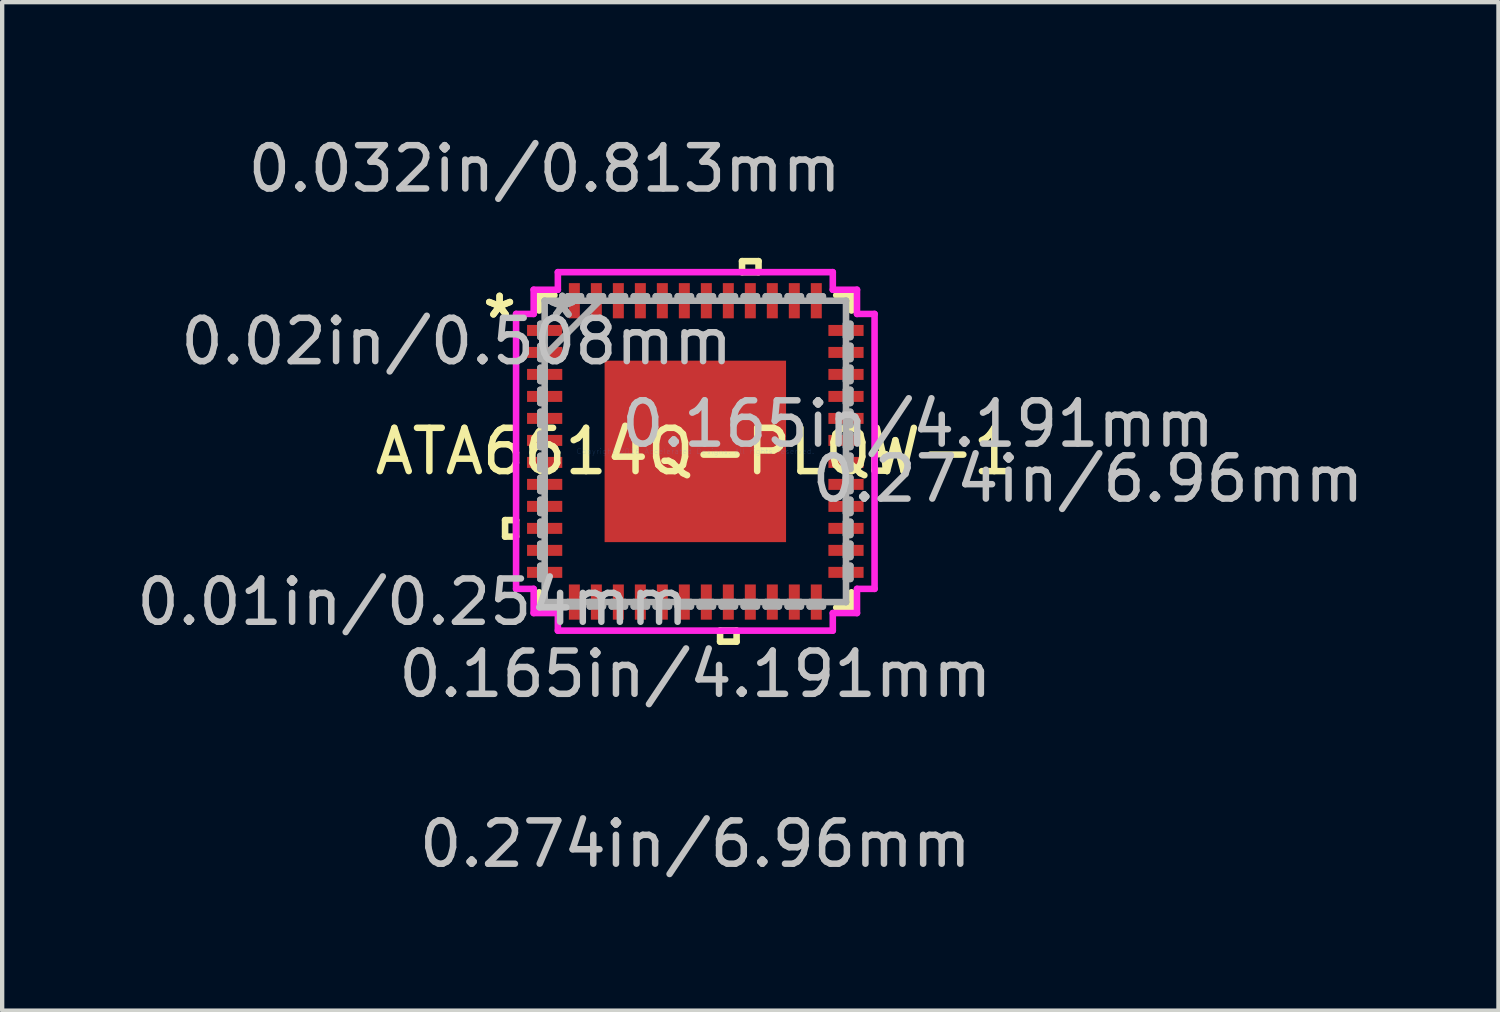
<source format=kicad_pcb>
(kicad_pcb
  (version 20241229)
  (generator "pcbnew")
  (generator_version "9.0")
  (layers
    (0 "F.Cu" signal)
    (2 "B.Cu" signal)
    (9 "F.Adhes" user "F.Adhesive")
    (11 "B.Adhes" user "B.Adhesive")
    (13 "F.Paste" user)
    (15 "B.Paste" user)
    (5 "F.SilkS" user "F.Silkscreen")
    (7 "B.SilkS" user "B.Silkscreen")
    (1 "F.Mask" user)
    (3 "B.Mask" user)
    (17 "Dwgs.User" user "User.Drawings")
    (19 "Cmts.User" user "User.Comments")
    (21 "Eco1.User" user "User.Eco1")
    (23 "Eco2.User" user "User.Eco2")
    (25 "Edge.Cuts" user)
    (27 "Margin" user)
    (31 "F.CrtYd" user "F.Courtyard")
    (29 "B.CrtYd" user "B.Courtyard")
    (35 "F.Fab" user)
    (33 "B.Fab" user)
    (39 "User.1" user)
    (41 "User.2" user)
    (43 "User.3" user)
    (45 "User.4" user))
  (footprint "ATA6614Q-PLQW-1"
    (layer "F.Cu")
    (at 13.01 7.376)
    (property "Reference" "ATA6614Q-PLQW-1" (at 0 0 0) (layer "F.SilkS") (effects (font (size 1 1) (thickness 0.15))))
    (attr through_hole)
    (fp_line (start -4.394 1.587) (end -4.394 1.968) (stroke (width 0.152) (type solid)) (layer "F.SilkS"))
    (fp_line (start -4.394 1.968) (end -4.14 1.968) (stroke (width 0.152) (type solid)) (layer "F.SilkS"))
    (fp_line (start -4.14 1.587) (end -4.394 1.587) (stroke (width 0.152) (type solid)) (layer "F.SilkS"))
    (fp_line (start -4.14 1.968) (end -4.14 1.587) (stroke (width 0.152) (type solid)) (layer "F.SilkS"))
    (fp_line (start -3.607 -3.607) (end -3.607 -3.254) (stroke (width 0.152) (type solid)) (layer "F.SilkS"))
    (fp_line (start -3.607 3.254) (end -3.607 3.607) (stroke (width 0.152) (type solid)) (layer "F.SilkS"))
    (fp_line (start -3.607 3.607) (end -3.254 3.607) (stroke (width 0.152) (type solid)) (layer "F.SilkS"))
    (fp_line (start -3.254 -3.607) (end -3.607 -3.607) (stroke (width 0.152) (type solid)) (layer "F.SilkS"))
    (fp_line (start 0.572 4.14) (end 0.572 4.394) (stroke (width 0.152) (type solid)) (layer "F.SilkS"))
    (fp_line (start 0.572 4.394) (end 0.953 4.394) (stroke (width 0.152) (type solid)) (layer "F.SilkS"))
    (fp_line (start 0.953 4.14) (end 0.572 4.14) (stroke (width 0.152) (type solid)) (layer "F.SilkS"))
    (fp_line (start 0.953 4.394) (end 0.953 4.14) (stroke (width 0.152) (type solid)) (layer "F.SilkS"))
    (fp_line (start 1.079 -4.394) (end 1.46 -4.394) (stroke (width 0.152) (type solid)) (layer "F.SilkS"))
    (fp_line (start 1.079 -4.14) (end 1.079 -4.394) (stroke (width 0.152) (type solid)) (layer "F.SilkS"))
    (fp_line (start 1.46 -4.394) (end 1.46 -4.14) (stroke (width 0.152) (type solid)) (layer "F.SilkS"))
    (fp_line (start 1.46 -4.14) (end 1.079 -4.14) (stroke (width 0.152) (type solid)) (layer "F.SilkS"))
    (fp_line (start 3.254 3.607) (end 3.607 3.607) (stroke (width 0.152) (type solid)) (layer "F.SilkS"))
    (fp_line (start 3.607 -3.607) (end 3.254 -3.607) (stroke (width 0.152) (type solid)) (layer "F.SilkS"))
    (fp_line (start 3.607 -3.254) (end 3.607 -3.607) (stroke (width 0.152) (type solid)) (layer "F.SilkS"))
    (fp_line (start 3.607 3.607) (end 3.607 3.254) (stroke (width 0.152) (type solid)) (layer "F.SilkS"))
    (fp_line (start 4.14 0.064) (end 4.394 0.064) (stroke (width 0.152) (type solid)) (layer "F.SilkS"))
    (fp_line (start 4.14 0.445) (end 4.14 0.064) (stroke (width 0.152) (type solid)) (layer "F.SilkS"))
    (fp_line (start 4.394 0.064) (end 4.394 0.445) (stroke (width 0.152) (type solid)) (layer "F.SilkS"))
    (fp_line (start 4.394 0.445) (end 4.14 0.445) (stroke (width 0.152) (type solid)) (layer "F.SilkS"))
    (fp_line (start -1.996 -1.996) (end -1.996 -0.798) (stroke (width 0.152) (type solid)) (layer "F.Paste"))
    (fp_line (start -1.996 -0.798) (end -0.798 -0.798) (stroke (width 0.152) (type solid)) (layer "F.Paste"))
    (fp_line (start -1.996 -0.599) (end -1.996 0.599) (stroke (width 0.152) (type solid)) (layer "F.Paste"))
    (fp_line (start -1.996 0.599) (end -0.798 0.599) (stroke (width 0.152) (type solid)) (layer "F.Paste"))
    (fp_line (start -1.996 0.798) (end -1.996 1.996) (stroke (width 0.152) (type solid)) (layer "F.Paste"))
    (fp_line (start -1.996 1.996) (end -0.798 1.996) (stroke (width 0.152) (type solid)) (layer "F.Paste"))
    (fp_line (start -0.798 -1.996) (end -1.996 -1.996) (stroke (width 0.152) (type solid)) (layer "F.Paste"))
    (fp_line (start -0.798 -0.798) (end -0.798 -1.996) (stroke (width 0.152) (type solid)) (layer "F.Paste"))
    (fp_line (start -0.798 -0.599) (end -1.996 -0.599) (stroke (width 0.152) (type solid)) (layer "F.Paste"))
    (fp_line (start -0.798 0.599) (end -0.798 -0.599) (stroke (width 0.152) (type solid)) (layer "F.Paste"))
    (fp_line (start -0.798 0.798) (end -1.996 0.798) (stroke (width 0.152) (type solid)) (layer "F.Paste"))
    (fp_line (start -0.798 1.996) (end -0.798 0.798) (stroke (width 0.152) (type solid)) (layer "F.Paste"))
    (fp_line (start -0.599 -1.996) (end -0.599 -0.798) (stroke (width 0.152) (type solid)) (layer "F.Paste"))
    (fp_line (start -0.599 -0.798) (end 0.599 -0.798) (stroke (width 0.152) (type solid)) (layer "F.Paste"))
    (fp_line (start -0.599 -0.599) (end -0.599 0.599) (stroke (width 0.152) (type solid)) (layer "F.Paste"))
    (fp_line (start -0.599 0.599) (end 0.599 0.599) (stroke (width 0.152) (type solid)) (layer "F.Paste"))
    (fp_line (start -0.599 0.798) (end -0.599 1.996) (stroke (width 0.152) (type solid)) (layer "F.Paste"))
    (fp_line (start -0.599 1.996) (end 0.599 1.996) (stroke (width 0.152) (type solid)) (layer "F.Paste"))
    (fp_line (start 0.599 -1.996) (end -0.599 -1.996) (stroke (width 0.152) (type solid)) (layer "F.Paste"))
    (fp_line (start 0.599 -0.798) (end 0.599 -1.996) (stroke (width 0.152) (type solid)) (layer "F.Paste"))
    (fp_line (start 0.599 -0.599) (end -0.599 -0.599) (stroke (width 0.152) (type solid)) (layer "F.Paste"))
    (fp_line (start 0.599 0.599) (end 0.599 -0.599) (stroke (width 0.152) (type solid)) (layer "F.Paste"))
    (fp_line (start 0.599 0.798) (end -0.599 0.798) (stroke (width 0.152) (type solid)) (layer "F.Paste"))
    (fp_line (start 0.599 1.996) (end 0.599 0.798) (stroke (width 0.152) (type solid)) (layer "F.Paste"))
    (fp_line (start 0.798 -1.996) (end 0.798 -0.798) (stroke (width 0.152) (type solid)) (layer "F.Paste"))
    (fp_line (start 0.798 -0.798) (end 1.996 -0.798) (stroke (width 0.152) (type solid)) (layer "F.Paste"))
    (fp_line (start 0.798 -0.599) (end 0.798 0.599) (stroke (width 0.152) (type solid)) (layer "F.Paste"))
    (fp_line (start 0.798 0.599) (end 1.996 0.599) (stroke (width 0.152) (type solid)) (layer "F.Paste"))
    (fp_line (start 0.798 0.798) (end 0.798 1.996) (stroke (width 0.152) (type solid)) (layer "F.Paste"))
    (fp_line (start 0.798 1.996) (end 1.996 1.996) (stroke (width 0.152) (type solid)) (layer "F.Paste"))
    (fp_line (start 1.996 -1.996) (end 0.798 -1.996) (stroke (width 0.152) (type solid)) (layer "F.Paste"))
    (fp_line (start 1.996 -0.798) (end 1.996 -1.996) (stroke (width 0.152) (type solid)) (layer "F.Paste"))
    (fp_line (start 1.996 -0.599) (end 0.798 -0.599) (stroke (width 0.152) (type solid)) (layer "F.Paste"))
    (fp_line (start 1.996 0.599) (end 1.996 -0.599) (stroke (width 0.152) (type solid)) (layer "F.Paste"))
    (fp_line (start 1.996 0.798) (end 0.798 0.798) (stroke (width 0.152) (type solid)) (layer "F.Paste"))
    (fp_line (start 1.996 1.996) (end 1.996 0.798) (stroke (width 0.152) (type solid)) (layer "F.Paste"))
    (fp_line (start -4.14 -3.175) (end -3.734 -3.175) (stroke (width 0.152) (type solid)) (layer "F.CrtYd"))
    (fp_line (start -4.14 3.175) (end -4.14 -3.175) (stroke (width 0.152) (type solid)) (layer "F.CrtYd"))
    (fp_line (start -3.734 -3.734) (end -3.175 -3.734) (stroke (width 0.152) (type solid)) (layer "F.CrtYd"))
    (fp_line (start -3.734 -3.175) (end -3.734 -3.734) (stroke (width 0.152) (type solid)) (layer "F.CrtYd"))
    (fp_line (start -3.734 3.175) (end -4.14 3.175) (stroke (width 0.152) (type solid)) (layer "F.CrtYd"))
    (fp_line (start -3.734 3.734) (end -3.734 3.175) (stroke (width 0.152) (type solid)) (layer "F.CrtYd"))
    (fp_line (start -3.175 -4.14) (end 3.175 -4.14) (stroke (width 0.152) (type solid)) (layer "F.CrtYd"))
    (fp_line (start -3.175 -3.734) (end -3.175 -4.14) (stroke (width 0.152) (type solid)) (layer "F.CrtYd"))
    (fp_line (start -3.175 3.734) (end -3.734 3.734) (stroke (width 0.152) (type solid)) (layer "F.CrtYd"))
    (fp_line (start -3.175 4.14) (end -3.175 3.734) (stroke (width 0.152) (type solid)) (layer "F.CrtYd"))
    (fp_line (start 3.175 -4.14) (end 3.175 -3.734) (stroke (width 0.152) (type solid)) (layer "F.CrtYd"))
    (fp_line (start 3.175 -3.734) (end 3.734 -3.734) (stroke (width 0.152) (type solid)) (layer "F.CrtYd"))
    (fp_line (start 3.175 3.734) (end 3.175 4.14) (stroke (width 0.152) (type solid)) (layer "F.CrtYd"))
    (fp_line (start 3.175 4.14) (end -3.175 4.14) (stroke (width 0.152) (type solid)) (layer "F.CrtYd"))
    (fp_line (start 3.734 -3.734) (end 3.734 -3.175) (stroke (width 0.152) (type solid)) (layer "F.CrtYd"))
    (fp_line (start 3.734 -3.175) (end 4.14 -3.175) (stroke (width 0.152) (type solid)) (layer "F.CrtYd"))
    (fp_line (start 3.734 3.175) (end 3.734 3.734) (stroke (width 0.152) (type solid)) (layer "F.CrtYd"))
    (fp_line (start 3.734 3.734) (end 3.175 3.734) (stroke (width 0.152) (type solid)) (layer "F.CrtYd"))
    (fp_line (start 4.14 -3.175) (end 4.14 3.175) (stroke (width 0.152) (type solid)) (layer "F.CrtYd"))
    (fp_line (start 4.14 3.175) (end 3.734 3.175) (stroke (width 0.152) (type solid)) (layer "F.CrtYd"))
    (fp_line (start -3.581 -2.946) (end -3.581 -2.642) (stroke (width 0.152) (type solid)) (layer "F.Fab"))
    (fp_line (start -3.581 -2.642) (end -3.48 -2.642) (stroke (width 0.152) (type solid)) (layer "F.Fab"))
    (fp_line (start -3.581 -2.438) (end -3.581 -2.134) (stroke (width 0.152) (type solid)) (layer "F.Fab"))
    (fp_line (start -3.581 -2.134) (end -3.48 -2.134) (stroke (width 0.152) (type solid)) (layer "F.Fab"))
    (fp_line (start -3.581 -1.93) (end -3.581 -1.626) (stroke (width 0.152) (type solid)) (layer "F.Fab"))
    (fp_line (start -3.581 -1.626) (end -3.48 -1.626) (stroke (width 0.152) (type solid)) (layer "F.Fab"))
    (fp_line (start -3.581 -1.422) (end -3.581 -1.118) (stroke (width 0.152) (type solid)) (layer "F.Fab"))
    (fp_line (start -3.581 -1.118) (end -3.48 -1.118) (stroke (width 0.152) (type solid)) (layer "F.Fab"))
    (fp_line (start -3.581 -0.914) (end -3.581 -0.61) (stroke (width 0.152) (type solid)) (layer "F.Fab"))
    (fp_line (start -3.581 -0.61) (end -3.48 -0.61) (stroke (width 0.152) (type solid)) (layer "F.Fab"))
    (fp_line (start -3.581 -0.406) (end -3.581 -0.102) (stroke (width 0.152) (type solid)) (layer "F.Fab"))
    (fp_line (start -3.581 -0.102) (end -3.48 -0.102) (stroke (width 0.152) (type solid)) (layer "F.Fab"))
    (fp_line (start -3.581 0.102) (end -3.581 0.406) (stroke (width 0.152) (type solid)) (layer "F.Fab"))
    (fp_line (start -3.581 0.406) (end -3.48 0.406) (stroke (width 0.152) (type solid)) (layer "F.Fab"))
    (fp_line (start -3.581 0.61) (end -3.581 0.914) (stroke (width 0.152) (type solid)) (layer "F.Fab"))
    (fp_line (start -3.581 0.914) (end -3.48 0.914) (stroke (width 0.152) (type solid)) (layer "F.Fab"))
    (fp_line (start -3.581 1.118) (end -3.581 1.422) (stroke (width 0.152) (type solid)) (layer "F.Fab"))
    (fp_line (start -3.581 1.422) (end -3.48 1.422) (stroke (width 0.152) (type solid)) (layer "F.Fab"))
    (fp_line (start -3.581 1.626) (end -3.581 1.93) (stroke (width 0.152) (type solid)) (layer "F.Fab"))
    (fp_line (start -3.581 1.93) (end -3.48 1.93) (stroke (width 0.152) (type solid)) (layer "F.Fab"))
    (fp_line (start -3.581 2.134) (end -3.581 2.438) (stroke (width 0.152) (type solid)) (layer "F.Fab"))
    (fp_line (start -3.581 2.438) (end -3.48 2.438) (stroke (width 0.152) (type solid)) (layer "F.Fab"))
    (fp_line (start -3.581 2.642) (end -3.581 2.946) (stroke (width 0.152) (type solid)) (layer "F.Fab"))
    (fp_line (start -3.581 2.946) (end -3.48 2.946) (stroke (width 0.152) (type solid)) (layer "F.Fab"))
    (fp_line (start -3.48 -3.48) (end -3.48 -3.48) (stroke (width 0.152) (type solid)) (layer "F.Fab"))
    (fp_line (start -3.48 -3.48) (end -3.48 3.48) (stroke (width 0.152) (type solid)) (layer "F.Fab"))
    (fp_line (start -3.48 -2.946) (end -3.581 -2.946) (stroke (width 0.152) (type solid)) (layer "F.Fab"))
    (fp_line (start -3.48 -2.642) (end -3.48 -2.946) (stroke (width 0.152) (type solid)) (layer "F.Fab"))
    (fp_line (start -3.48 -2.438) (end -3.581 -2.438) (stroke (width 0.152) (type solid)) (layer "F.Fab"))
    (fp_line (start -3.48 -2.21) (end -2.21 -3.48) (stroke (width 0.152) (type solid)) (layer "F.Fab"))
    (fp_line (start -3.48 -2.134) (end -3.48 -2.438) (stroke (width 0.152) (type solid)) (layer "F.Fab"))
    (fp_line (start -3.48 -1.93) (end -3.581 -1.93) (stroke (width 0.152) (type solid)) (layer "F.Fab"))
    (fp_line (start -3.48 -1.626) (end -3.48 -1.93) (stroke (width 0.152) (type solid)) (layer "F.Fab"))
    (fp_line (start -3.48 -1.422) (end -3.581 -1.422) (stroke (width 0.152) (type solid)) (layer "F.Fab"))
    (fp_line (start -3.48 -1.118) (end -3.48 -1.422) (stroke (width 0.152) (type solid)) (layer "F.Fab"))
    (fp_line (start -3.48 -0.914) (end -3.581 -0.914) (stroke (width 0.152) (type solid)) (layer "F.Fab"))
    (fp_line (start -3.48 -0.61) (end -3.48 -0.914) (stroke (width 0.152) (type solid)) (layer "F.Fab"))
    (fp_line (start -3.48 -0.406) (end -3.581 -0.406) (stroke (width 0.152) (type solid)) (layer "F.Fab"))
    (fp_line (start -3.48 -0.102) (end -3.48 -0.406) (stroke (width 0.152) (type solid)) (layer "F.Fab"))
    (fp_line (start -3.48 0.102) (end -3.581 0.102) (stroke (width 0.152) (type solid)) (layer "F.Fab"))
    (fp_line (start -3.48 0.406) (end -3.48 0.102) (stroke (width 0.152) (type solid)) (layer "F.Fab"))
    (fp_line (start -3.48 0.61) (end -3.581 0.61) (stroke (width 0.152) (type solid)) (layer "F.Fab"))
    (fp_line (start -3.48 0.914) (end -3.48 0.61) (stroke (width 0.152) (type solid)) (layer "F.Fab"))
    (fp_line (start -3.48 1.118) (end -3.581 1.118) (stroke (width 0.152) (type solid)) (layer "F.Fab"))
    (fp_line (start -3.48 1.422) (end -3.48 1.118) (stroke (width 0.152) (type solid)) (layer "F.Fab"))
    (fp_line (start -3.48 1.626) (end -3.581 1.626) (stroke (width 0.152) (type solid)) (layer "F.Fab"))
    (fp_line (start -3.48 1.93) (end -3.48 1.626) (stroke (width 0.152) (type solid)) (layer "F.Fab"))
    (fp_line (start -3.48 2.134) (end -3.581 2.134) (stroke (width 0.152) (type solid)) (layer "F.Fab"))
    (fp_line (start -3.48 2.438) (end -3.48 2.134) (stroke (width 0.152) (type solid)) (layer "F.Fab"))
    (fp_line (start -3.48 2.642) (end -3.581 2.642) (stroke (width 0.152) (type solid)) (layer "F.Fab"))
    (fp_line (start -3.48 2.946) (end -3.48 2.642) (stroke (width 0.152) (type solid)) (layer "F.Fab"))
    (fp_line (start -3.48 3.48) (end -3.48 3.48) (stroke (width 0.152) (type solid)) (layer "F.Fab"))
    (fp_line (start -3.48 3.48) (end 3.48 3.48) (stroke (width 0.152) (type solid)) (layer "F.Fab"))
    (fp_line (start -2.946 -3.581) (end -2.946 -3.48) (stroke (width 0.152) (type solid)) (layer "F.Fab"))
    (fp_line (start -2.946 -3.48) (end -2.642 -3.48) (stroke (width 0.152) (type solid)) (layer "F.Fab"))
    (fp_line (start -2.946 3.48) (end -2.946 3.581) (stroke (width 0.152) (type solid)) (layer "F.Fab"))
    (fp_line (start -2.946 3.581) (end -2.642 3.581) (stroke (width 0.152) (type solid)) (layer "F.Fab"))
    (fp_line (start -2.642 -3.581) (end -2.946 -3.581) (stroke (width 0.152) (type solid)) (layer "F.Fab"))
    (fp_line (start -2.642 -3.48) (end -2.642 -3.581) (stroke (width 0.152) (type solid)) (layer "F.Fab"))
    (fp_line (start -2.642 3.48) (end -2.946 3.48) (stroke (width 0.152) (type solid)) (layer "F.Fab"))
    (fp_line (start -2.642 3.581) (end -2.642 3.48) (stroke (width 0.152) (type solid)) (layer "F.Fab"))
    (fp_line (start -2.438 -3.581) (end -2.438 -3.48) (stroke (width 0.152) (type solid)) (layer "F.Fab"))
    (fp_line (start -2.438 -3.48) (end -2.134 -3.48) (stroke (width 0.152) (type solid)) (layer "F.Fab"))
    (fp_line (start -2.438 3.48) (end -2.438 3.581) (stroke (width 0.152) (type solid)) (layer "F.Fab"))
    (fp_line (start -2.438 3.581) (end -2.134 3.581) (stroke (width 0.152) (type solid)) (layer "F.Fab"))
    (fp_line (start -2.134 -3.581) (end -2.438 -3.581) (stroke (width 0.152) (type solid)) (layer "F.Fab"))
    (fp_line (start -2.134 -3.48) (end -2.134 -3.581) (stroke (width 0.152) (type solid)) (layer "F.Fab"))
    (fp_line (start -2.134 3.48) (end -2.438 3.48) (stroke (width 0.152) (type solid)) (layer "F.Fab"))
    (fp_line (start -2.134 3.581) (end -2.134 3.48) (stroke (width 0.152) (type solid)) (layer "F.Fab"))
    (fp_line (start -1.93 -3.581) (end -1.93 -3.48) (stroke (width 0.152) (type solid)) (layer "F.Fab"))
    (fp_line (start -1.93 -3.48) (end -1.626 -3.48) (stroke (width 0.152) (type solid)) (layer "F.Fab"))
    (fp_line (start -1.93 3.48) (end -1.93 3.581) (stroke (width 0.152) (type solid)) (layer "F.Fab"))
    (fp_line (start -1.93 3.581) (end -1.626 3.581) (stroke (width 0.152) (type solid)) (layer "F.Fab"))
    (fp_line (start -1.626 -3.581) (end -1.93 -3.581) (stroke (width 0.152) (type solid)) (layer "F.Fab"))
    (fp_line (start -1.626 -3.48) (end -1.626 -3.581) (stroke (width 0.152) (type solid)) (layer "F.Fab"))
    (fp_line (start -1.626 3.48) (end -1.93 3.48) (stroke (width 0.152) (type solid)) (layer "F.Fab"))
    (fp_line (start -1.626 3.581) (end -1.626 3.48) (stroke (width 0.152) (type solid)) (layer "F.Fab"))
    (fp_line (start -1.422 -3.581) (end -1.422 -3.48) (stroke (width 0.152) (type solid)) (layer "F.Fab"))
    (fp_line (start -1.422 -3.48) (end -1.118 -3.48) (stroke (width 0.152) (type solid)) (layer "F.Fab"))
    (fp_line (start -1.422 3.48) (end -1.422 3.581) (stroke (width 0.152) (type solid)) (layer "F.Fab"))
    (fp_line (start -1.422 3.581) (end -1.118 3.581) (stroke (width 0.152) (type solid)) (layer "F.Fab"))
    (fp_line (start -1.118 -3.581) (end -1.422 -3.581) (stroke (width 0.152) (type solid)) (layer "F.Fab"))
    (fp_line (start -1.118 -3.48) (end -1.118 -3.581) (stroke (width 0.152) (type solid)) (layer "F.Fab"))
    (fp_line (start -1.118 3.48) (end -1.422 3.48) (stroke (width 0.152) (type solid)) (layer "F.Fab"))
    (fp_line (start -1.118 3.581) (end -1.118 3.48) (stroke (width 0.152) (type solid)) (layer "F.Fab"))
    (fp_line (start -0.914 -3.581) (end -0.914 -3.48) (stroke (width 0.152) (type solid)) (layer "F.Fab"))
    (fp_line (start -0.914 -3.48) (end -0.61 -3.48) (stroke (width 0.152) (type solid)) (layer "F.Fab"))
    (fp_line (start -0.914 3.48) (end -0.914 3.581) (stroke (width 0.152) (type solid)) (layer "F.Fab"))
    (fp_line (start -0.914 3.581) (end -0.61 3.581) (stroke (width 0.152) (type solid)) (layer "F.Fab"))
    (fp_line (start -0.61 -3.581) (end -0.914 -3.581) (stroke (width 0.152) (type solid)) (layer "F.Fab"))
    (fp_line (start -0.61 -3.48) (end -0.61 -3.581) (stroke (width 0.152) (type solid)) (layer "F.Fab"))
    (fp_line (start -0.61 3.48) (end -0.914 3.48) (stroke (width 0.152) (type solid)) (layer "F.Fab"))
    (fp_line (start -0.61 3.581) (end -0.61 3.48) (stroke (width 0.152) (type solid)) (layer "F.Fab"))
    (fp_line (start -0.406 -3.581) (end -0.406 -3.48) (stroke (width 0.152) (type solid)) (layer "F.Fab"))
    (fp_line (start -0.406 -3.48) (end -0.102 -3.48) (stroke (width 0.152) (type solid)) (layer "F.Fab"))
    (fp_line (start -0.406 3.48) (end -0.406 3.581) (stroke (width 0.152) (type solid)) (layer "F.Fab"))
    (fp_line (start -0.406 3.581) (end -0.102 3.581) (stroke (width 0.152) (type solid)) (layer "F.Fab"))
    (fp_line (start -0.102 -3.581) (end -0.406 -3.581) (stroke (width 0.152) (type solid)) (layer "F.Fab"))
    (fp_line (start -0.102 -3.48) (end -0.102 -3.581) (stroke (width 0.152) (type solid)) (layer "F.Fab"))
    (fp_line (start -0.102 3.48) (end -0.406 3.48) (stroke (width 0.152) (type solid)) (layer "F.Fab"))
    (fp_line (start -0.102 3.581) (end -0.102 3.48) (stroke (width 0.152) (type solid)) (layer "F.Fab"))
    (fp_line (start 0.102 -3.581) (end 0.102 -3.48) (stroke (width 0.152) (type solid)) (layer "F.Fab"))
    (fp_line (start 0.102 -3.48) (end 0.406 -3.48) (stroke (width 0.152) (type solid)) (layer "F.Fab"))
    (fp_line (start 0.102 3.48) (end 0.102 3.581) (stroke (width 0.152) (type solid)) (layer "F.Fab"))
    (fp_line (start 0.102 3.581) (end 0.406 3.581) (stroke (width 0.152) (type solid)) (layer "F.Fab"))
    (fp_line (start 0.406 -3.581) (end 0.102 -3.581) (stroke (width 0.152) (type solid)) (layer "F.Fab"))
    (fp_line (start 0.406 -3.48) (end 0.406 -3.581) (stroke (width 0.152) (type solid)) (layer "F.Fab"))
    (fp_line (start 0.406 3.48) (end 0.102 3.48) (stroke (width 0.152) (type solid)) (layer "F.Fab"))
    (fp_line (start 0.406 3.581) (end 0.406 3.48) (stroke (width 0.152) (type solid)) (layer "F.Fab"))
    (fp_line (start 0.61 -3.581) (end 0.61 -3.48) (stroke (width 0.152) (type solid)) (layer "F.Fab"))
    (fp_line (start 0.61 -3.48) (end 0.914 -3.48) (stroke (width 0.152) (type solid)) (layer "F.Fab"))
    (fp_line (start 0.61 3.48) (end 0.61 3.581) (stroke (width 0.152) (type solid)) (layer "F.Fab"))
    (fp_line (start 0.61 3.581) (end 0.914 3.581) (stroke (width 0.152) (type solid)) (layer "F.Fab"))
    (fp_line (start 0.914 -3.581) (end 0.61 -3.581) (stroke (width 0.152) (type solid)) (layer "F.Fab"))
    (fp_line (start 0.914 -3.48) (end 0.914 -3.581) (stroke (width 0.152) (type solid)) (layer "F.Fab"))
    (fp_line (start 0.914 3.48) (end 0.61 3.48) (stroke (width 0.152) (type solid)) (layer "F.Fab"))
    (fp_line (start 0.914 3.581) (end 0.914 3.48) (stroke (width 0.152) (type solid)) (layer "F.Fab"))
    (fp_line (start 1.118 -3.581) (end 1.118 -3.48) (stroke (width 0.152) (type solid)) (layer "F.Fab"))
    (fp_line (start 1.118 -3.48) (end 1.422 -3.48) (stroke (width 0.152) (type solid)) (layer "F.Fab"))
    (fp_line (start 1.118 3.48) (end 1.118 3.581) (stroke (width 0.152) (type solid)) (layer "F.Fab"))
    (fp_line (start 1.118 3.581) (end 1.422 3.581) (stroke (width 0.152) (type solid)) (layer "F.Fab"))
    (fp_line (start 1.422 -3.581) (end 1.118 -3.581) (stroke (width 0.152) (type solid)) (layer "F.Fab"))
    (fp_line (start 1.422 -3.48) (end 1.422 -3.581) (stroke (width 0.152) (type solid)) (layer "F.Fab"))
    (fp_line (start 1.422 3.48) (end 1.118 3.48) (stroke (width 0.152) (type solid)) (layer "F.Fab"))
    (fp_line (start 1.422 3.581) (end 1.422 3.48) (stroke (width 0.152) (type solid)) (layer "F.Fab"))
    (fp_line (start 1.626 -3.581) (end 1.626 -3.48) (stroke (width 0.152) (type solid)) (layer "F.Fab"))
    (fp_line (start 1.626 -3.48) (end 1.93 -3.48) (stroke (width 0.152) (type solid)) (layer "F.Fab"))
    (fp_line (start 1.626 3.48) (end 1.626 3.581) (stroke (width 0.152) (type solid)) (layer "F.Fab"))
    (fp_line (start 1.626 3.581) (end 1.93 3.581) (stroke (width 0.152) (type solid)) (layer "F.Fab"))
    (fp_line (start 1.93 -3.581) (end 1.626 -3.581) (stroke (width 0.152) (type solid)) (layer "F.Fab"))
    (fp_line (start 1.93 -3.48) (end 1.93 -3.581) (stroke (width 0.152) (type solid)) (layer "F.Fab"))
    (fp_line (start 1.93 3.48) (end 1.626 3.48) (stroke (width 0.152) (type solid)) (layer "F.Fab"))
    (fp_line (start 1.93 3.581) (end 1.93 3.48) (stroke (width 0.152) (type solid)) (layer "F.Fab"))
    (fp_line (start 2.134 -3.581) (end 2.134 -3.48) (stroke (width 0.152) (type solid)) (layer "F.Fab"))
    (fp_line (start 2.134 -3.48) (end 2.438 -3.48) (stroke (width 0.152) (type solid)) (layer "F.Fab"))
    (fp_line (start 2.134 3.48) (end 2.134 3.581) (stroke (width 0.152) (type solid)) (layer "F.Fab"))
    (fp_line (start 2.134 3.581) (end 2.438 3.581) (stroke (width 0.152) (type solid)) (layer "F.Fab"))
    (fp_line (start 2.438 -3.581) (end 2.134 -3.581) (stroke (width 0.152) (type solid)) (layer "F.Fab"))
    (fp_line (start 2.438 -3.48) (end 2.438 -3.581) (stroke (width 0.152) (type solid)) (layer "F.Fab"))
    (fp_line (start 2.438 3.48) (end 2.134 3.48) (stroke (width 0.152) (type solid)) (layer "F.Fab"))
    (fp_line (start 2.438 3.581) (end 2.438 3.48) (stroke (width 0.152) (type solid)) (layer "F.Fab"))
    (fp_line (start 2.642 -3.581) (end 2.642 -3.48) (stroke (width 0.152) (type solid)) (layer "F.Fab"))
    (fp_line (start 2.642 -3.48) (end 2.946 -3.48) (stroke (width 0.152) (type solid)) (layer "F.Fab"))
    (fp_line (start 2.642 3.48) (end 2.642 3.581) (stroke (width 0.152) (type solid)) (layer "F.Fab"))
    (fp_line (start 2.642 3.581) (end 2.946 3.581) (stroke (width 0.152) (type solid)) (layer "F.Fab"))
    (fp_line (start 2.946 -3.581) (end 2.642 -3.581) (stroke (width 0.152) (type solid)) (layer "F.Fab"))
    (fp_line (start 2.946 -3.48) (end 2.946 -3.581) (stroke (width 0.152) (type solid)) (layer "F.Fab"))
    (fp_line (start 2.946 3.48) (end 2.642 3.48) (stroke (width 0.152) (type solid)) (layer "F.Fab"))
    (fp_line (start 2.946 3.581) (end 2.946 3.48) (stroke (width 0.152) (type solid)) (layer "F.Fab"))
    (fp_line (start 3.48 -3.48) (end -3.48 -3.48) (stroke (width 0.152) (type solid)) (layer "F.Fab"))
    (fp_line (start 3.48 -3.48) (end 3.48 -3.48) (stroke (width 0.152) (type solid)) (layer "F.Fab"))
    (fp_line (start 3.48 -2.946) (end 3.48 -2.642) (stroke (width 0.152) (type solid)) (layer "F.Fab"))
    (fp_line (start 3.48 -2.642) (end 3.581 -2.642) (stroke (width 0.152) (type solid)) (layer "F.Fab"))
    (fp_line (start 3.48 -2.438) (end 3.48 -2.134) (stroke (width 0.152) (type solid)) (layer "F.Fab"))
    (fp_line (start 3.48 -2.134) (end 3.581 -2.134) (stroke (width 0.152) (type solid)) (layer "F.Fab"))
    (fp_line (start 3.48 -1.93) (end 3.48 -1.626) (stroke (width 0.152) (type solid)) (layer "F.Fab"))
    (fp_line (start 3.48 -1.626) (end 3.581 -1.626) (stroke (width 0.152) (type solid)) (layer "F.Fab"))
    (fp_line (start 3.48 -1.422) (end 3.48 -1.118) (stroke (width 0.152) (type solid)) (layer "F.Fab"))
    (fp_line (start 3.48 -1.118) (end 3.581 -1.118) (stroke (width 0.152) (type solid)) (layer "F.Fab"))
    (fp_line (start 3.48 -0.914) (end 3.48 -0.61) (stroke (width 0.152) (type solid)) (layer "F.Fab"))
    (fp_line (start 3.48 -0.61) (end 3.581 -0.61) (stroke (width 0.152) (type solid)) (layer "F.Fab"))
    (fp_line (start 3.48 -0.406) (end 3.48 -0.102) (stroke (width 0.152) (type solid)) (layer "F.Fab"))
    (fp_line (start 3.48 -0.102) (end 3.581 -0.102) (stroke (width 0.152) (type solid)) (layer "F.Fab"))
    (fp_line (start 3.48 0.102) (end 3.48 0.406) (stroke (width 0.152) (type solid)) (layer "F.Fab"))
    (fp_line (start 3.48 0.406) (end 3.581 0.406) (stroke (width 0.152) (type solid)) (layer "F.Fab"))
    (fp_line (start 3.48 0.61) (end 3.48 0.914) (stroke (width 0.152) (type solid)) (layer "F.Fab"))
    (fp_line (start 3.48 0.914) (end 3.581 0.914) (stroke (width 0.152) (type solid)) (layer "F.Fab"))
    (fp_line (start 3.48 1.118) (end 3.48 1.422) (stroke (width 0.152) (type solid)) (layer "F.Fab"))
    (fp_line (start 3.48 1.422) (end 3.581 1.422) (stroke (width 0.152) (type solid)) (layer "F.Fab"))
    (fp_line (start 3.48 1.626) (end 3.48 1.93) (stroke (width 0.152) (type solid)) (layer "F.Fab"))
    (fp_line (start 3.48 1.93) (end 3.581 1.93) (stroke (width 0.152) (type solid)) (layer "F.Fab"))
    (fp_line (start 3.48 2.134) (end 3.48 2.438) (stroke (width 0.152) (type solid)) (layer "F.Fab"))
    (fp_line (start 3.48 2.438) (end 3.581 2.438) (stroke (width 0.152) (type solid)) (layer "F.Fab"))
    (fp_line (start 3.48 2.642) (end 3.48 2.946) (stroke (width 0.152) (type solid)) (layer "F.Fab"))
    (fp_line (start 3.48 2.946) (end 3.581 2.946) (stroke (width 0.152) (type solid)) (layer "F.Fab"))
    (fp_line (start 3.48 3.48) (end 3.48 -3.48) (stroke (width 0.152) (type solid)) (layer "F.Fab"))
    (fp_line (start 3.48 3.48) (end 3.48 3.48) (stroke (width 0.152) (type solid)) (layer "F.Fab"))
    (fp_line (start 3.581 -2.946) (end 3.48 -2.946) (stroke (width 0.152) (type solid)) (layer "F.Fab"))
    (fp_line (start 3.581 -2.642) (end 3.581 -2.946) (stroke (width 0.152) (type solid)) (layer "F.Fab"))
    (fp_line (start 3.581 -2.438) (end 3.48 -2.438) (stroke (width 0.152) (type solid)) (layer "F.Fab"))
    (fp_line (start 3.581 -2.134) (end 3.581 -2.438) (stroke (width 0.152) (type solid)) (layer "F.Fab"))
    (fp_line (start 3.581 -1.93) (end 3.48 -1.93) (stroke (width 0.152) (type solid)) (layer "F.Fab"))
    (fp_line (start 3.581 -1.626) (end 3.581 -1.93) (stroke (width 0.152) (type solid)) (layer "F.Fab"))
    (fp_line (start 3.581 -1.422) (end 3.48 -1.422) (stroke (width 0.152) (type solid)) (layer "F.Fab"))
    (fp_line (start 3.581 -1.118) (end 3.581 -1.422) (stroke (width 0.152) (type solid)) (layer "F.Fab"))
    (fp_line (start 3.581 -0.914) (end 3.48 -0.914) (stroke (width 0.152) (type solid)) (layer "F.Fab"))
    (fp_line (start 3.581 -0.61) (end 3.581 -0.914) (stroke (width 0.152) (type solid)) (layer "F.Fab"))
    (fp_line (start 3.581 -0.406) (end 3.48 -0.406) (stroke (width 0.152) (type solid)) (layer "F.Fab"))
    (fp_line (start 3.581 -0.102) (end 3.581 -0.406) (stroke (width 0.152) (type solid)) (layer "F.Fab"))
    (fp_line (start 3.581 0.102) (end 3.48 0.102) (stroke (width 0.152) (type solid)) (layer "F.Fab"))
    (fp_line (start 3.581 0.406) (end 3.581 0.102) (stroke (width 0.152) (type solid)) (layer "F.Fab"))
    (fp_line (start 3.581 0.61) (end 3.48 0.61) (stroke (width 0.152) (type solid)) (layer "F.Fab"))
    (fp_line (start 3.581 0.914) (end 3.581 0.61) (stroke (width 0.152) (type solid)) (layer "F.Fab"))
    (fp_line (start 3.581 1.118) (end 3.48 1.118) (stroke (width 0.152) (type solid)) (layer "F.Fab"))
    (fp_line (start 3.581 1.422) (end 3.581 1.118) (stroke (width 0.152) (type solid)) (layer "F.Fab"))
    (fp_line (start 3.581 1.626) (end 3.48 1.626) (stroke (width 0.152) (type solid)) (layer "F.Fab"))
    (fp_line (start 3.581 1.93) (end 3.581 1.626) (stroke (width 0.152) (type solid)) (layer "F.Fab"))
    (fp_line (start 3.581 2.134) (end 3.48 2.134) (stroke (width 0.152) (type solid)) (layer "F.Fab"))
    (fp_line (start 3.581 2.438) (end 3.581 2.134) (stroke (width 0.152) (type solid)) (layer "F.Fab"))
    (fp_line (start 3.581 2.642) (end 3.48 2.642) (stroke (width 0.152) (type solid)) (layer "F.Fab"))
    (fp_line (start 3.581 2.946) (end 3.581 2.642) (stroke (width 0.152) (type solid)) (layer "F.Fab"))
    (fp_text user "*" (at -4.521 -3.048 0) (layer "F.SilkS") (effects (font (size 1 1) (thickness 0.15))))
    (fp_text user "*" (at -4.521 -3.048 0) (layer "F.SilkS") (effects (font (size 1 1) (thickness 0.15))))
    (fp_text user "0.165in/4.191mm" (at 5.144 -0.635 0) (layer "Dwgs.User") (effects (font (size 1 1) (thickness 0.15))))
    (fp_text user "0.032in/0.813mm" (at -3.48 -6.528 0) (layer "Dwgs.User") (effects (font (size 1 1) (thickness 0.15))))
    (fp_text user "0.165in/4.191mm" (at 0 5.144 0) (layer "Dwgs.User") (effects (font (size 1 1) (thickness 0.15))))
    (fp_text user "0.01in/0.254mm" (at -6.528 3.48 0) (layer "Dwgs.User") (effects (font (size 1 1) (thickness 0.15))))
    (fp_text user "0.274in/6.96mm" (at 0 9.068 0) (layer "Dwgs.User") (effects (font (size 1 1) (thickness 0.15))))
    (fp_text user "0.274in/6.96mm" (at 9.068 0.635 0) (layer "Dwgs.User") (effects (font (size 1 1) (thickness 0.15))))
    (fp_text user "0.02in/0.508mm" (at -5.512 -2.54 0) (layer "Dwgs.User") (effects (font (size 1 1) (thickness 0.15))))
    (fp_text user "Copyright 2016 Accelerated Designs. All rights reserved." (at 0 0 0) (layer "Cmts.User") (effects (font (size 0.127 0.127) (thickness 0.002))))
    (fp_text user "*" (at -3.073 -3.048 0) (layer "F.Fab") (effects (font (size 1 1) (thickness 0.15))))
    (fp_text user "*" (at -3.073 -3.048 0) (layer "F.Fab") (effects (font (size 1 1) (thickness 0.15))))
    (pad "1" smd rect (at -3.48 -2.794 90) (size 0.254 0.813) (layers "F.Cu" "F.Mask" "F.Paste"))
    (pad "2" smd rect (at -3.48 -2.286 90) (size 0.254 0.813) (layers "F.Cu" "F.Mask" "F.Paste"))
    (pad "3" smd rect (at -3.48 -1.778 90) (size 0.254 0.813) (layers "F.Cu" "F.Mask" "F.Paste"))
    (pad "4" smd rect (at -3.48 -1.27 90) (size 0.254 0.813) (layers "F.Cu" "F.Mask" "F.Paste"))
    (pad "5" smd rect (at -3.48 -0.762 90) (size 0.254 0.813) (layers "F.Cu" "F.Mask" "F.Paste"))
    (pad "6" smd rect (at -3.48 -0.254 90) (size 0.254 0.813) (layers "F.Cu" "F.Mask" "F.Paste"))
    (pad "7" smd rect (at -3.48 0.254 90) (size 0.254 0.813) (layers "F.Cu" "F.Mask" "F.Paste"))
    (pad "8" smd rect (at -3.48 0.762 90) (size 0.254 0.813) (layers "F.Cu" "F.Mask" "F.Paste"))
    (pad "9" smd rect (at -3.48 1.27 90) (size 0.254 0.813) (layers "F.Cu" "F.Mask" "F.Paste"))
    (pad "10" smd rect (at -3.48 1.778 90) (size 0.254 0.813) (layers "F.Cu" "F.Mask" "F.Paste"))
    (pad "11" smd rect (at -3.48 2.286 90) (size 0.254 0.813) (layers "F.Cu" "F.Mask" "F.Paste"))
    (pad "12" smd rect (at -3.48 2.794 90) (size 0.254 0.813) (layers "F.Cu" "F.Mask" "F.Paste"))
    (pad "13" smd rect (at -2.794 3.48) (size 0.254 0.813) (layers "F.Cu" "F.Mask" "F.Paste"))
    (pad "14" smd rect (at -2.286 3.48) (size 0.254 0.813) (layers "F.Cu" "F.Mask" "F.Paste"))
    (pad "15" smd rect (at -1.778 3.48) (size 0.254 0.813) (layers "F.Cu" "F.Mask" "F.Paste"))
    (pad "16" smd rect (at -1.27 3.48) (size 0.254 0.813) (layers "F.Cu" "F.Mask" "F.Paste"))
    (pad "17" smd rect (at -0.762 3.48) (size 0.254 0.813) (layers "F.Cu" "F.Mask" "F.Paste"))
    (pad "18" smd rect (at -0.254 3.48) (size 0.254 0.813) (layers "F.Cu" "F.Mask" "F.Paste"))
    (pad "19" smd rect (at 0.254 3.48) (size 0.254 0.813) (layers "F.Cu" "F.Mask" "F.Paste"))
    (pad "20" smd rect (at 0.762 3.48) (size 0.254 0.813) (layers "F.Cu" "F.Mask" "F.Paste"))
    (pad "21" smd rect (at 1.27 3.48) (size 0.254 0.813) (layers "F.Cu" "F.Mask" "F.Paste"))
    (pad "22" smd rect (at 1.778 3.48) (size 0.254 0.813) (layers "F.Cu" "F.Mask" "F.Paste"))
    (pad "23" smd rect (at 2.286 3.48) (size 0.254 0.813) (layers "F.Cu" "F.Mask" "F.Paste"))
    (pad "24" smd rect (at 2.794 3.48) (size 0.254 0.813) (layers "F.Cu" "F.Mask" "F.Paste"))
    (pad "25" smd rect (at 3.48 2.794 90) (size 0.254 0.813) (layers "F.Cu" "F.Mask" "F.Paste"))
    (pad "26" smd rect (at 3.48 2.286 90) (size 0.254 0.813) (layers "F.Cu" "F.Mask" "F.Paste"))
    (pad "27" smd rect (at 3.48 1.778 90) (size 0.254 0.813) (layers "F.Cu" "F.Mask" "F.Paste"))
    (pad "28" smd rect (at 3.48 1.27 90) (size 0.254 0.813) (layers "F.Cu" "F.Mask" "F.Paste"))
    (pad "29" smd rect (at 3.48 0.762 90) (size 0.254 0.813) (layers "F.Cu" "F.Mask" "F.Paste"))
    (pad "30" smd rect (at 3.48 0.254 90) (size 0.254 0.813) (layers "F.Cu" "F.Mask" "F.Paste"))
    (pad "31" smd rect (at 3.48 -0.254 90) (size 0.254 0.813) (layers "F.Cu" "F.Mask" "F.Paste"))
    (pad "32" smd rect (at 3.48 -0.762 90) (size 0.254 0.813) (layers "F.Cu" "F.Mask" "F.Paste"))
    (pad "33" smd rect (at 3.48 -1.27 90) (size 0.254 0.813) (layers "F.Cu" "F.Mask" "F.Paste"))
    (pad "34" smd rect (at 3.48 -1.778 90) (size 0.254 0.813) (layers "F.Cu" "F.Mask" "F.Paste"))
    (pad "35" smd rect (at 3.48 -2.286 90) (size 0.254 0.813) (layers "F.Cu" "F.Mask" "F.Paste"))
    (pad "36" smd rect (at 3.48 -2.794 90) (size 0.254 0.813) (layers "F.Cu" "F.Mask" "F.Paste"))
    (pad "37" smd rect (at 2.794 -3.48) (size 0.254 0.813) (layers "F.Cu" "F.Mask" "F.Paste"))
    (pad "38" smd rect (at 2.286 -3.48) (size 0.254 0.813) (layers "F.Cu" "F.Mask" "F.Paste"))
    (pad "39" smd rect (at 1.778 -3.48) (size 0.254 0.813) (layers "F.Cu" "F.Mask" "F.Paste"))
    (pad "40" smd rect (at 1.27 -3.48) (size 0.254 0.813) (layers "F.Cu" "F.Mask" "F.Paste"))
    (pad "41" smd rect (at 0.762 -3.48) (size 0.254 0.813) (layers "F.Cu" "F.Mask" "F.Paste"))
    (pad "42" smd rect (at 0.254 -3.48) (size 0.254 0.813) (layers "F.Cu" "F.Mask" "F.Paste"))
    (pad "43" smd rect (at -0.254 -3.48) (size 0.254 0.813) (layers "F.Cu" "F.Mask" "F.Paste"))
    (pad "44" smd rect (at -0.762 -3.48) (size 0.254 0.813) (layers "F.Cu" "F.Mask" "F.Paste"))
    (pad "45" smd rect (at -1.27 -3.48) (size 0.254 0.813) (layers "F.Cu" "F.Mask" "F.Paste"))
    (pad "46" smd rect (at -1.778 -3.48) (size 0.254 0.813) (layers "F.Cu" "F.Mask" "F.Paste"))
    (pad "47" smd rect (at -2.286 -3.48) (size 0.254 0.813) (layers "F.Cu" "F.Mask" "F.Paste"))
    (pad "48" smd rect (at -2.794 -3.48) (size 0.254 0.813) (layers "F.Cu" "F.Mask" "F.Paste"))
    (pad "49" smd rect (at 0 0) (size 4.191 4.191) (layers "F.Cu" "F.Mask" "F.Paste")))
  (gr_rect
    (start -3 -3)
    (end 31.56 20.292)
    (stroke (width 0.1) (type default))
    (fill no)
    (layer "Edge.Cuts")))
</source>
